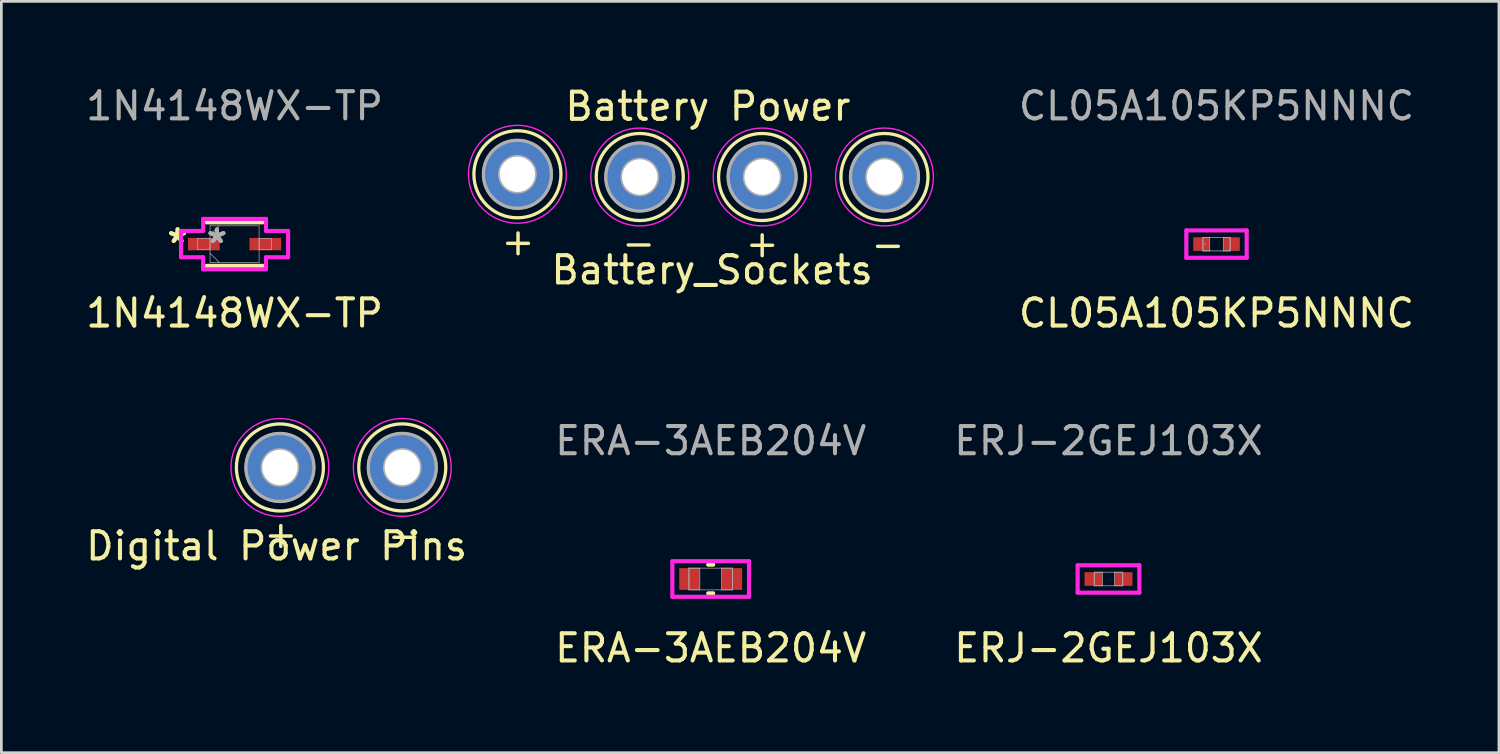
<source format=kicad_pcb>
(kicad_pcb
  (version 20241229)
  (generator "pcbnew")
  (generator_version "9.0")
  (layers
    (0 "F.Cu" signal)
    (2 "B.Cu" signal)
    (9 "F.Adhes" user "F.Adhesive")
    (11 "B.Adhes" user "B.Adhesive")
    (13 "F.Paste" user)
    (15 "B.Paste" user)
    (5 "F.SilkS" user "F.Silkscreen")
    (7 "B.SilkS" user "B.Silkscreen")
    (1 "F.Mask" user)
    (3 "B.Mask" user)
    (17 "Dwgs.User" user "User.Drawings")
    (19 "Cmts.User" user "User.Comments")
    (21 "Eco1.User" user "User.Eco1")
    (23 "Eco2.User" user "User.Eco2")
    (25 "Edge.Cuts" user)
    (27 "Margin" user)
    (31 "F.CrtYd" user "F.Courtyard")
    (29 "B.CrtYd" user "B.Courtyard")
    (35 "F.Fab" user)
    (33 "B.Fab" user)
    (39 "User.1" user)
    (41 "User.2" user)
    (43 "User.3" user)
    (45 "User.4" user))
  (footprint "CL05A105KP5NNNC"
    (layer "F.Cu")
    (at 41.692 5.928)
    (property "Reference" "CL05A105KP5NNNC" (at 0 2.54 0) (unlocked yes) (layer "F.SilkS") (effects (font (size 1 1) (thickness 0.15))))
    (attr smd)
    (fp_line (start -1.11 -0.504) (end 1.11 -0.504) (stroke (width 0.152) (type solid)) (layer "F.CrtYd"))
    (fp_line (start -1.11 0.504) (end -1.11 -0.504) (stroke (width 0.152) (type solid)) (layer "F.CrtYd"))
    (fp_line (start 1.11 -0.504) (end 1.11 0.504) (stroke (width 0.152) (type solid)) (layer "F.CrtYd"))
    (fp_line (start 1.11 0.504) (end -1.11 0.504) (stroke (width 0.152) (type solid)) (layer "F.CrtYd"))
    (fp_line (start -0.5 -0.25) (end -0.5 0.25) (stroke (width 0.025) (type solid)) (layer "F.Fab"))
    (fp_line (start -0.5 -0.25) (end -0.5 0.25) (stroke (width 0.025) (type solid)) (layer "F.Fab"))
    (fp_line (start -0.5 0.25) (end -0.25 0.25) (stroke (width 0.025) (type solid)) (layer "F.Fab"))
    (fp_line (start -0.5 0.25) (end 0.5 0.25) (stroke (width 0.025) (type solid)) (layer "F.Fab"))
    (fp_line (start -0.25 -0.25) (end -0.5 -0.25) (stroke (width 0.025) (type solid)) (layer "F.Fab"))
    (fp_line (start -0.25 0.25) (end -0.25 -0.25) (stroke (width 0.025) (type solid)) (layer "F.Fab"))
    (fp_line (start 0.25 -0.25) (end 0.25 0.25) (stroke (width 0.025) (type solid)) (layer "F.Fab"))
    (fp_line (start 0.25 0.25) (end 0.5 0.25) (stroke (width 0.025) (type solid)) (layer "F.Fab"))
    (fp_line (start 0.5 -0.25) (end -0.5 -0.25) (stroke (width 0.025) (type solid)) (layer "F.Fab"))
    (fp_line (start 0.5 -0.25) (end 0.25 -0.25) (stroke (width 0.025) (type solid)) (layer "F.Fab"))
    (fp_line (start 0.5 0.25) (end 0.5 -0.25) (stroke (width 0.025) (type solid)) (layer "F.Fab"))
    (fp_line (start 0.5 0.25) (end 0.5 -0.25) (stroke (width 0.025) (type solid)) (layer "F.Fab"))
    (fp_circle (center -0.426 0) (end -0.426 0) (stroke (width 0.025) (type solid)) (fill no) (layer "F.Fab"))
    (fp_text user "${REFERENCE}" (at 0 -5.08 0) (unlocked yes) (layer "F.Fab") (effects (font (size 1 1) (thickness 0.15))))
    (pad "1" smd rect (at -0.553 0) (size 0.606 0.5) (layers "F.Cu" "F.Mask" "F.Paste"))
    (pad "2" smd rect (at 0.553 0) (size 0.606 0.5) (layers "F.Cu" "F.Mask" "F.Paste"))
    (zone (net_name "") (layer "F.Cu") (hatch full 0.508) (connect_pads) (min_thickness 0.254) (filled_areas_thickness no) (keepout (tracks not_allowed) (vias not_allowed) (pads allowed) (copperpour not_allowed) (footprints allowed)) (placement (enabled no)) (fill) (polygon (pts (xy 41.492 5.729) (xy 41.891 5.729) (xy 41.891 6.127) (xy 41.492 6.127)))))
  (footprint "Battery_Sockets"
    (layer "F.Cu")
    (at 15.98 3.36)
    (property "Reference" "Battery_Sockets" (at 7.16 3.52 0) (layer "F.SilkS") (effects (font (size 1 1) (thickness 0.15))))
    (attr through_hole)
    (fp_circle (center 0 0) (end 1.6 0.05) (stroke (width 0.12) (type solid)) (fill no) (layer "F.SilkS"))
    (fp_circle (center 4.5 0.1) (end 6.1 0.15) (stroke (width 0.12) (type solid)) (fill no) (layer "F.SilkS"))
    (fp_circle (center 9 0.1) (end 10.6 0.15) (stroke (width 0.12) (type solid)) (fill no) (layer "F.SilkS"))
    (fp_circle (center 13.5 0.1) (end 15.1 0.15) (stroke (width 0.12) (type solid)) (fill no) (layer "F.SilkS"))
    (fp_circle (center 0 0) (end 1.8 0) (stroke (width 0.05) (type solid)) (fill no) (layer "F.CrtYd"))
    (fp_circle (center 4.5 0.1) (end 6.3 0.1) (stroke (width 0.05) (type solid)) (fill no) (layer "F.CrtYd"))
    (fp_circle (center 9 0.1) (end 10.8 0.1) (stroke (width 0.05) (type solid)) (fill no) (layer "F.CrtYd"))
    (fp_circle (center 13.5 0.1) (end 15.3 0.1) (stroke (width 0.05) (type solid)) (fill no) (layer "F.CrtYd"))
    (fp_circle (center 0 0) (end 0.65 -0.05) (stroke (width 0.12) (type solid)) (fill no) (layer "F.Fab"))
    (fp_circle (center 0 0) (end 1.25 -0.05) (stroke (width 0.12) (type solid)) (fill no) (layer "F.Fab"))
    (fp_circle (center 4.5 0.1) (end 5.15 0.05) (stroke (width 0.12) (type solid)) (fill no) (layer "F.Fab"))
    (fp_circle (center 4.5 0.1) (end 5.75 0.05) (stroke (width 0.12) (type solid)) (fill no) (layer "F.Fab"))
    (fp_circle (center 9 0.1) (end 9.65 0.05) (stroke (width 0.12) (type solid)) (fill no) (layer "F.Fab"))
    (fp_circle (center 9 0.1) (end 10.25 0.05) (stroke (width 0.12) (type solid)) (fill no) (layer "F.Fab"))
    (fp_circle (center 13.5 0.1) (end 14.15 0.05) (stroke (width 0.12) (type solid)) (fill no) (layer "F.Fab"))
    (fp_circle (center 13.5 0.1) (end 14.75 0.05) (stroke (width 0.12) (type solid)) (fill no) (layer "F.Fab"))
    (fp_text user "-" (at 14.33 2.14 180) (unlocked yes) (layer "F.SilkS") (effects (font (size 1 1) (thickness 0.127)) (justify left bottom)))
    (fp_text user "Battery Power" (at 1.67 -1.91 0) (unlocked yes) (layer "F.SilkS") (effects (font (size 1 1) (thickness 0.15)) (justify left bottom)))
    (fp_text user "+" (at 8.3 3.12 0) (unlocked yes) (layer "F.SilkS") (effects (font (size 1 1) (thickness 0.127)) (justify left bottom)))
    (fp_text user "+" (at -0.68 3.05 0) (unlocked yes) (layer "F.SilkS") (effects (font (size 1 1) (thickness 0.127)) (justify left bottom)))
    (fp_text user "-" (at 5.16 2.09 180) (unlocked yes) (layer "F.SilkS") (effects (font (size 1 1) (thickness 0.127)) (justify left bottom)))
    (pad "1" thru_hole circle (at 0 0) (size 2.6 2.6) (drill 1.3) (layers "*.Cu" "*.Mask"))
    (pad "2" thru_hole circle (at 4.5 0.1) (size 2.6 2.6) (drill 1.3) (layers "*.Cu" "*.Mask"))
    (pad "3" thru_hole circle (at 9 0.1) (size 2.6 2.6) (drill 1.3) (layers "*.Cu" "*.Mask"))
    (pad "4" thru_hole circle (at 13.5 0.1) (size 2.6 2.6) (drill 1.3) (layers "*.Cu" "*.Mask")))
  (footprint "ERJ-2GEJ103X"
    (layer "F.Cu")
    (at 37.72 18.245)
    (property "Reference" "ERJ-2GEJ103X" (at 0 2.54 0) (unlocked yes) (layer "F.SilkS") (effects (font (size 1 1) (thickness 0.15))))
    (attr smd)
    (fp_line (start -1.135 -0.504) (end 1.135 -0.504) (stroke (width 0.152) (type solid)) (layer "F.CrtYd"))
    (fp_line (start -1.135 0.504) (end -1.135 -0.504) (stroke (width 0.152) (type solid)) (layer "F.CrtYd"))
    (fp_line (start 1.135 -0.504) (end 1.135 0.504) (stroke (width 0.152) (type solid)) (layer "F.CrtYd"))
    (fp_line (start 1.135 0.504) (end -1.135 0.504) (stroke (width 0.152) (type solid)) (layer "F.CrtYd"))
    (fp_line (start -0.525 -0.25) (end -0.525 0.25) (stroke (width 0.025) (type solid)) (layer "F.Fab"))
    (fp_line (start -0.525 -0.25) (end -0.525 0.25) (stroke (width 0.025) (type solid)) (layer "F.Fab"))
    (fp_line (start -0.525 0.25) (end -0.225 0.25) (stroke (width 0.025) (type solid)) (layer "F.Fab"))
    (fp_line (start -0.525 0.25) (end 0.525 0.25) (stroke (width 0.025) (type solid)) (layer "F.Fab"))
    (fp_line (start -0.225 -0.25) (end -0.525 -0.25) (stroke (width 0.025) (type solid)) (layer "F.Fab"))
    (fp_line (start -0.225 0.25) (end -0.225 -0.25) (stroke (width 0.025) (type solid)) (layer "F.Fab"))
    (fp_line (start 0.225 -0.25) (end 0.225 0.25) (stroke (width 0.025) (type solid)) (layer "F.Fab"))
    (fp_line (start 0.225 0.25) (end 0.525 0.25) (stroke (width 0.025) (type solid)) (layer "F.Fab"))
    (fp_line (start 0.525 -0.25) (end -0.525 -0.25) (stroke (width 0.025) (type solid)) (layer "F.Fab"))
    (fp_line (start 0.525 -0.25) (end 0.225 -0.25) (stroke (width 0.025) (type solid)) (layer "F.Fab"))
    (fp_line (start 0.525 0.25) (end 0.525 -0.25) (stroke (width 0.025) (type solid)) (layer "F.Fab"))
    (fp_line (start 0.525 0.25) (end 0.525 -0.25) (stroke (width 0.025) (type solid)) (layer "F.Fab"))
    (fp_text user "${REFERENCE}" (at 0 -5.08 0) (unlocked yes) (layer "F.Fab") (effects (font (size 1 1) (thickness 0.15))))
    (pad "1" smd rect (at -0.553 0) (size 0.656 0.5) (layers "F.Cu" "F.Mask" "F.Paste"))
    (pad "2" smd rect (at 0.553 0) (size 0.656 0.5) (layers "F.Cu" "F.Mask" "F.Paste"))
    (zone (net_name "") (layer "F.Cu") (hatch full 0.508) (connect_pads) (min_thickness 0.254) (filled_areas_thickness no) (keepout (tracks not_allowed) (vias not_allowed) (pads allowed) (copperpour not_allowed) (footprints allowed)) (placement (enabled no)) (fill) (polygon (pts (xy 37.546 18.046) (xy 37.894 18.046) (xy 37.894 18.444) (xy 37.546 18.444)))))
  (footprint "ERA-3AEB204V"
    (layer "F.Cu")
    (at 23.089 18.245)
    (property "Reference" "ERA-3AEB204V" (at 0 2.54 0) (unlocked yes) (layer "F.SilkS") (effects (font (size 1 1) (thickness 0.15))))
    (attr smd)
    (fp_line (start -0.092 0.527) (end 0.092 0.527) (stroke (width 0.152) (type solid)) (layer "F.SilkS"))
    (fp_line (start 0.092 -0.527) (end -0.092 -0.527) (stroke (width 0.152) (type solid)) (layer "F.SilkS"))
    (fp_line (start -1.41 -0.654) (end 1.41 -0.654) (stroke (width 0.152) (type solid)) (layer "F.CrtYd"))
    (fp_line (start -1.41 0.654) (end -1.41 -0.654) (stroke (width 0.152) (type solid)) (layer "F.CrtYd"))
    (fp_line (start 1.41 -0.654) (end 1.41 0.654) (stroke (width 0.152) (type solid)) (layer "F.CrtYd"))
    (fp_line (start 1.41 0.654) (end -1.41 0.654) (stroke (width 0.152) (type solid)) (layer "F.CrtYd"))
    (fp_line (start -0.8 -0.4) (end -0.8 0.4) (stroke (width 0.025) (type solid)) (layer "F.Fab"))
    (fp_line (start -0.8 -0.4) (end -0.8 0.4) (stroke (width 0.025) (type solid)) (layer "F.Fab"))
    (fp_line (start -0.8 0.4) (end -0.4 0.4) (stroke (width 0.025) (type solid)) (layer "F.Fab"))
    (fp_line (start -0.8 0.4) (end 0.8 0.4) (stroke (width 0.025) (type solid)) (layer "F.Fab"))
    (fp_line (start -0.4 -0.4) (end -0.8 -0.4) (stroke (width 0.025) (type solid)) (layer "F.Fab"))
    (fp_line (start -0.4 0.4) (end -0.4 -0.4) (stroke (width 0.025) (type solid)) (layer "F.Fab"))
    (fp_line (start 0.4 -0.4) (end 0.4 0.4) (stroke (width 0.025) (type solid)) (layer "F.Fab"))
    (fp_line (start 0.4 0.4) (end 0.8 0.4) (stroke (width 0.025) (type solid)) (layer "F.Fab"))
    (fp_line (start 0.8 -0.4) (end -0.8 -0.4) (stroke (width 0.025) (type solid)) (layer "F.Fab"))
    (fp_line (start 0.8 -0.4) (end 0.4 -0.4) (stroke (width 0.025) (type solid)) (layer "F.Fab"))
    (fp_line (start 0.8 0.4) (end 0.8 -0.4) (stroke (width 0.025) (type solid)) (layer "F.Fab"))
    (fp_line (start 0.8 0.4) (end 0.8 -0.4) (stroke (width 0.025) (type solid)) (layer "F.Fab"))
    (fp_text user "${REFERENCE}" (at 0 -5.08 0) (unlocked yes) (layer "F.Fab") (effects (font (size 1 1) (thickness 0.15))))
    (pad "1" smd rect (at -0.778 0) (size 0.756 0.8) (layers "F.Cu" "F.Mask" "F.Paste"))
    (pad "2" smd rect (at 0.778 0) (size 0.756 0.8) (layers "F.Cu" "F.Mask" "F.Paste"))
    (zone (net_name "") (layer "F.Cu") (hatch full 0.508) (connect_pads) (min_thickness 0.254) (filled_areas_thickness no) (keepout (tracks not_allowed) (vias not_allowed) (pads allowed) (copperpour not_allowed) (footprints allowed)) (placement (enabled no)) (fill) (polygon (pts (xy 22.74 17.896) (xy 23.438 17.896) (xy 23.438 18.594) (xy 22.74 18.594)))))
  (footprint "1N4148WX-TP"
    (layer "F.Cu")
    (at 5.577 5.928)
    (property "Reference" "1N4148WX-TP" (at 0 2.54 0) (unlocked yes) (layer "F.SilkS") (effects (font (size 1 1) (thickness 0.15))))
    (attr smd)
    (fp_line (start -1.029 0.8) (end 1.029 0.8) (stroke (width 0.152) (type solid)) (layer "F.SilkS"))
    (fp_line (start 1.029 -0.8) (end -1.029 -0.8) (stroke (width 0.152) (type solid)) (layer "F.SilkS"))
    (fp_line (start -1.968 -0.483) (end -1.156 -0.483) (stroke (width 0.152) (type solid)) (layer "F.CrtYd"))
    (fp_line (start -1.968 0.483) (end -1.968 -0.483) (stroke (width 0.152) (type solid)) (layer "F.CrtYd"))
    (fp_line (start -1.156 -0.927) (end 1.156 -0.927) (stroke (width 0.152) (type solid)) (layer "F.CrtYd"))
    (fp_line (start -1.156 -0.483) (end -1.156 -0.927) (stroke (width 0.152) (type solid)) (layer "F.CrtYd"))
    (fp_line (start -1.156 0.483) (end -1.968 0.483) (stroke (width 0.152) (type solid)) (layer "F.CrtYd"))
    (fp_line (start -1.156 0.927) (end -1.156 0.483) (stroke (width 0.152) (type solid)) (layer "F.CrtYd"))
    (fp_line (start 1.156 -0.927) (end 1.156 -0.483) (stroke (width 0.152) (type solid)) (layer "F.CrtYd"))
    (fp_line (start 1.156 -0.483) (end 1.968 -0.483) (stroke (width 0.152) (type solid)) (layer "F.CrtYd"))
    (fp_line (start 1.156 0.483) (end 1.156 0.927) (stroke (width 0.152) (type solid)) (layer "F.CrtYd"))
    (fp_line (start 1.156 0.927) (end -1.156 0.927) (stroke (width 0.152) (type solid)) (layer "F.CrtYd"))
    (fp_line (start 1.968 -0.483) (end 1.968 0.483) (stroke (width 0.152) (type solid)) (layer "F.CrtYd"))
    (fp_line (start 1.968 0.483) (end 1.156 0.483) (stroke (width 0.152) (type solid)) (layer "F.CrtYd"))
    (fp_line (start -1.359 -0.203) (end -1.359 0.203) (stroke (width 0.025) (type solid)) (layer "F.Fab"))
    (fp_line (start -1.359 0.203) (end -0.902 0.203) (stroke (width 0.025) (type solid)) (layer "F.Fab"))
    (fp_line (start -0.902 -0.673) (end -0.902 0.673) (stroke (width 0.025) (type solid)) (layer "F.Fab"))
    (fp_line (start -0.902 -0.337) (end -0.565 -0.673) (stroke (width 0.025) (type solid)) (layer "F.Fab"))
    (fp_line (start -0.902 -0.203) (end -1.359 -0.203) (stroke (width 0.025) (type solid)) (layer "F.Fab"))
    (fp_line (start -0.902 0.203) (end -0.902 -0.203) (stroke (width 0.025) (type solid)) (layer "F.Fab"))
    (fp_line (start -0.902 0.337) (end -0.565 0.673) (stroke (width 0.025) (type solid)) (layer "F.Fab"))
    (fp_line (start -0.902 0.673) (end 0.902 0.673) (stroke (width 0.025) (type solid)) (layer "F.Fab"))
    (fp_line (start 0.902 -0.673) (end -0.902 -0.673) (stroke (width 0.025) (type solid)) (layer "F.Fab"))
    (fp_line (start 0.902 -0.203) (end 0.902 0.203) (stroke (width 0.025) (type solid)) (layer "F.Fab"))
    (fp_line (start 0.902 0.203) (end 1.359 0.203) (stroke (width 0.025) (type solid)) (layer "F.Fab"))
    (fp_line (start 0.902 0.673) (end 0.902 -0.673) (stroke (width 0.025) (type solid)) (layer "F.Fab"))
    (fp_line (start 1.359 -0.203) (end 0.902 -0.203) (stroke (width 0.025) (type solid)) (layer "F.Fab"))
    (fp_line (start 1.359 0.203) (end 1.359 -0.203) (stroke (width 0.025) (type solid)) (layer "F.Fab"))
    (fp_text user "*" (at -2.095 0 0) (layer "F.SilkS") (effects (font (size 1 1) (thickness 0.15))))
    (fp_text user "*" (at -2.095 0 0) (unlocked yes) (layer "F.SilkS") (effects (font (size 1 1) (thickness 0.15))))
    (fp_text user "${REFERENCE}" (at 0 -5.08 0) (unlocked yes) (layer "F.Fab") (effects (font (size 1 1) (thickness 0.15))))
    (fp_text user "*" (at -0.648 0 0) (unlocked yes) (layer "F.Fab") (effects (font (size 1 1) (thickness 0.15))))
    (fp_text user "*" (at -0.648 0 0) (layer "F.Fab") (effects (font (size 1 1) (thickness 0.15))))
    (pad "1" smd rect (at -1.13 0) (size 1.168 0.457) (layers "F.Cu" "F.Mask" "F.Paste"))
    (pad "2" smd rect (at 1.13 0) (size 1.168 0.457) (layers "F.Cu" "F.Mask" "F.Paste")))
  (footprint "Digital Power Pins"
    (layer "F.Cu")
    (at 7.245 14.143)
    (property "Reference" "Digital Power Pins" (at -0.12 2.89 0) (layer "F.SilkS") (effects (font (size 1 1) (thickness 0.15))))
    (attr through_hole)
    (fp_circle (center 0 0) (end 1.6 0.05) (stroke (width 0.12) (type solid)) (fill no) (layer "F.SilkS"))
    (fp_circle (center 4.5 -0.002) (end 6.1 0.048) (stroke (width 0.12) (type solid)) (fill no) (layer "F.SilkS"))
    (fp_circle (center 0 0) (end 1.8 0) (stroke (width 0.05) (type solid)) (fill no) (layer "F.CrtYd"))
    (fp_circle (center 4.5 -0.002) (end 6.3 -0.002) (stroke (width 0.05) (type solid)) (fill no) (layer "F.CrtYd"))
    (fp_circle (center 0 0) (end 0.65 -0.05) (stroke (width 0.12) (type solid)) (fill no) (layer "F.Fab"))
    (fp_circle (center 0 0) (end 1.25 -0.05) (stroke (width 0.12) (type solid)) (fill no) (layer "F.Fab"))
    (fp_circle (center 4.5 -0.002) (end 5.15 -0.052) (stroke (width 0.12) (type solid)) (fill no) (layer "F.Fab"))
    (fp_circle (center 4.5 -0.002) (end 5.75 -0.052) (stroke (width 0.12) (type solid)) (fill no) (layer "F.Fab"))
    (fp_text user "+" (at -0.67 3.03 0) (unlocked yes) (layer "F.SilkS") (effects (font (size 1 1) (thickness 0.127)) (justify left bottom)))
    (fp_text user "-" (at 3.87 3.078 0) (unlocked yes) (layer "F.SilkS") (effects (font (size 1 1) (thickness 0.127)) (justify left bottom)))
    (pad "1" thru_hole circle (at 0 0) (size 2.6 2.6) (drill 1.3) (layers "*.Cu" "*.Mask"))
    (pad "2" thru_hole circle (at 4.5 -0.002) (size 2.6 2.6) (drill 1.3) (layers "*.Cu" "*.Mask")))
  (gr_rect
    (start -3 -3)
    (end 52.079 24.633)
    (stroke (width 0.1) (type default))
    (fill no)
    (layer "Edge.Cuts")))
</source>
